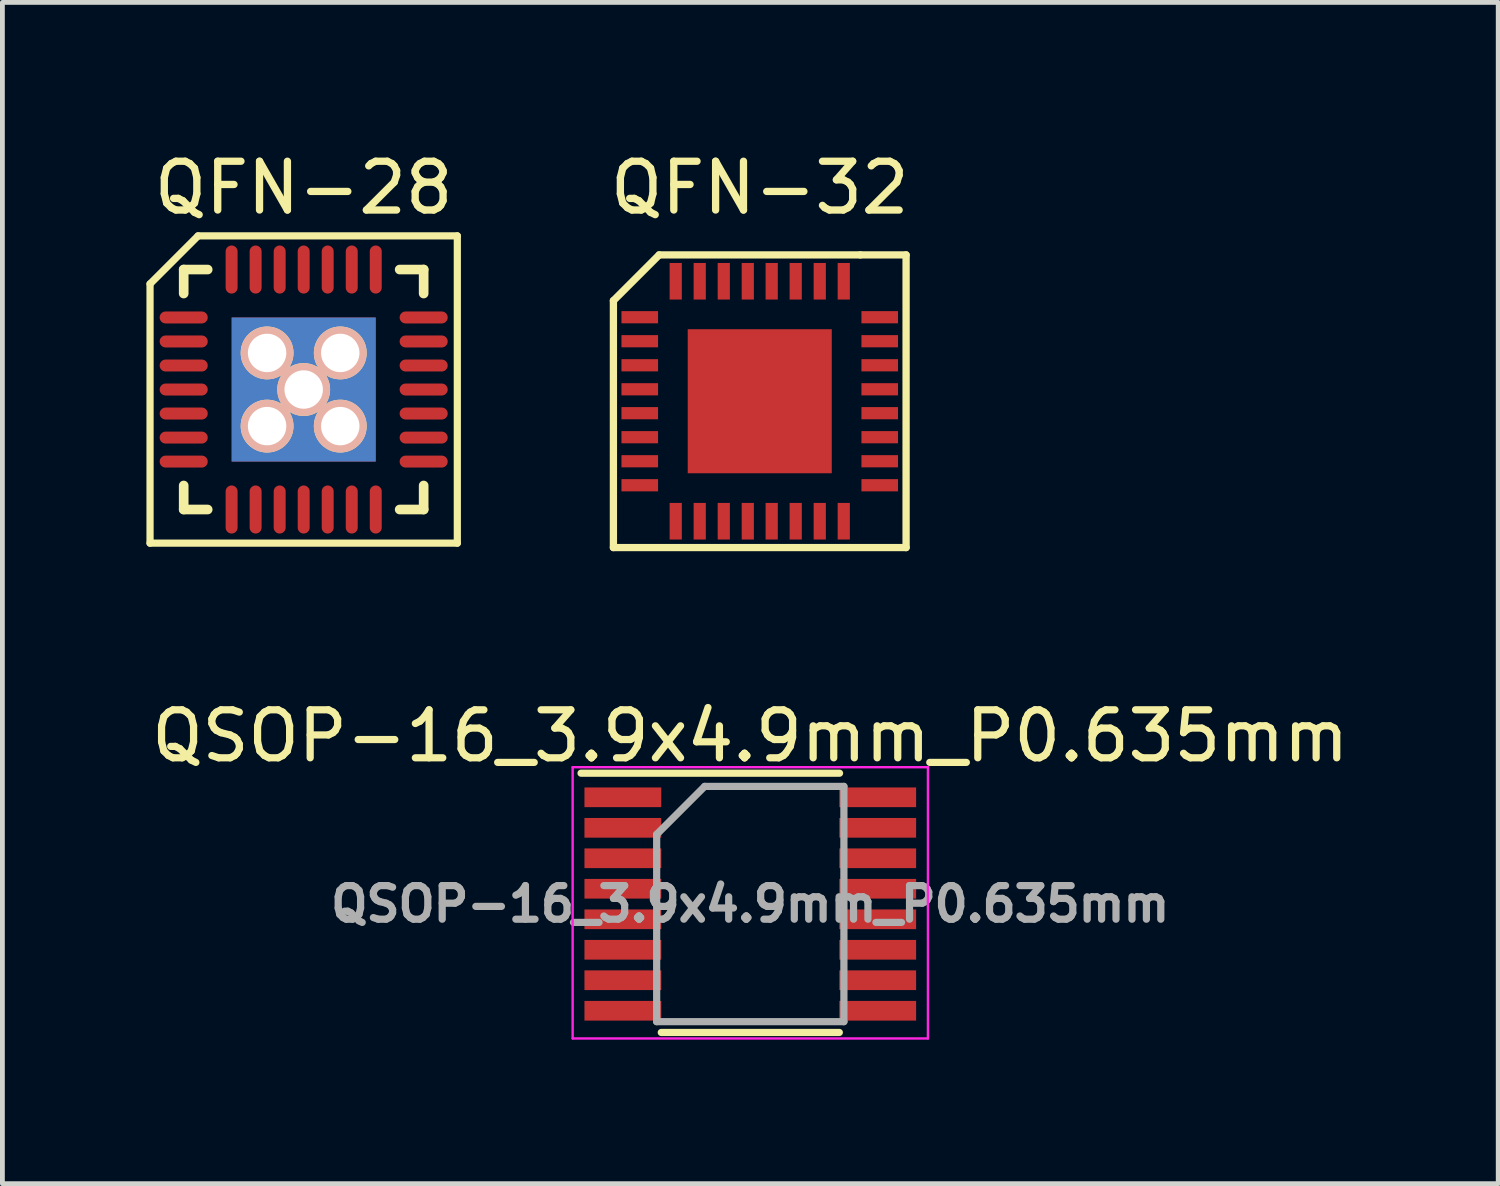
<source format=kicad_pcb>
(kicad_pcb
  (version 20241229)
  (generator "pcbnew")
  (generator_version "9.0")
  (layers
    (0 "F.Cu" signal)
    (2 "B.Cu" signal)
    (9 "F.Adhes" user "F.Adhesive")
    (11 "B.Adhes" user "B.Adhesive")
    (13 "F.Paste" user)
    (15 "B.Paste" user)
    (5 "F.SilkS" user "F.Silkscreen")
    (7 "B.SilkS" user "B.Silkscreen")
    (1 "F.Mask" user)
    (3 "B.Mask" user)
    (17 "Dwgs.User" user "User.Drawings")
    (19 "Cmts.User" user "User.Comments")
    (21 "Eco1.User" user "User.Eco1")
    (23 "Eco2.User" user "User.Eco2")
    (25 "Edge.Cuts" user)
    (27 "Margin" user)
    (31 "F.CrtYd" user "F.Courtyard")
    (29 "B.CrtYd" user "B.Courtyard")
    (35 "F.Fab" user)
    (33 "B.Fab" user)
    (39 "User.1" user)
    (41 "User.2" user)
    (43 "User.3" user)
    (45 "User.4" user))
  (footprint "QFN-28"
    (layer "F.Cu")
    (at 3.275 5.063)
    (property "Reference" "QFN-28" (at 0 -4.201 0) (layer "F.SilkS") (effects (font (size 1.016 1.016) (thickness 0.152))))
    (attr through_hole)
    (fp_line (start -3.2 -2.2) (end -3.2 3.2) (stroke (width 0.15) (type solid)) (layer "F.SilkS"))
    (fp_line (start -3.2 3.2) (end 3.2 3.2) (stroke (width 0.15) (type solid)) (layer "F.SilkS"))
    (fp_line (start -2.499 -2.499) (end -2.499 -1.999) (stroke (width 0.201) (type solid)) (layer "F.SilkS"))
    (fp_line (start -2.499 1.999) (end -2.499 2.499) (stroke (width 0.201) (type solid)) (layer "F.SilkS"))
    (fp_line (start -2.499 2.499) (end -1.999 2.499) (stroke (width 0.201) (type solid)) (layer "F.SilkS"))
    (fp_line (start -2.2 -3.2) (end -3.2 -2.2) (stroke (width 0.15) (type solid)) (layer "F.SilkS"))
    (fp_line (start -1.999 -2.499) (end -2.499 -2.499) (stroke (width 0.201) (type solid)) (layer "F.SilkS"))
    (fp_line (start 1.999 2.499) (end 2.499 2.499) (stroke (width 0.201) (type solid)) (layer "F.SilkS"))
    (fp_line (start 2.499 -2.499) (end 1.999 -2.499) (stroke (width 0.201) (type solid)) (layer "F.SilkS"))
    (fp_line (start 2.499 -1.999) (end 2.499 -2.499) (stroke (width 0.201) (type solid)) (layer "F.SilkS"))
    (fp_line (start 2.499 2.499) (end 2.499 1.999) (stroke (width 0.201) (type solid)) (layer "F.SilkS"))
    (fp_line (start 3.2 -3.2) (end -2.2 -3.2) (stroke (width 0.15) (type solid)) (layer "F.SilkS"))
    (fp_line (start 3.2 3.2) (end 3.2 -3.2) (stroke (width 0.15) (type solid)) (layer "F.SilkS"))
    (pad "" np_thru_hole circle (at -0.762 -0.762 270) (size 1.1 1.1) (drill 0.8) (layers "*.Cu" "*.SilkS" "*.Mask"))
    (pad "" np_thru_hole circle (at -0.762 0.762 270) (size 1.1 1.1) (drill 0.8) (layers "*.Cu" "*.SilkS" "*.Mask"))
    (pad "" np_thru_hole circle (at 0 0 270) (size 1.1 1.1) (drill 0.8) (layers "*.Cu" "*.SilkS" "*.Mask"))
    (pad "" smd rect (at 0 0 270) (size 3 3) (layers "*.Cu" "F.Mask" "F.Paste"))
    (pad "" np_thru_hole circle (at 0.762 -0.762 270) (size 1.1 1.1) (drill 0.8) (layers "*.Cu" "*.SilkS" "*.Mask"))
    (pad "" np_thru_hole circle (at 0.762 0.762 270) (size 1.1 1.1) (drill 0.8) (layers "*.Cu" "*.SilkS" "*.Mask"))
    (pad "1" smd oval (at -2.499 -1.501) (size 1.001 0.249) (layers "F.Cu" "F.Mask" "F.Paste"))
    (pad "2" smd oval (at -2.499 -1.001) (size 1.001 0.249) (layers "F.Cu" "F.Mask" "F.Paste"))
    (pad "3" smd oval (at -2.499 -0.5) (size 1.001 0.249) (layers "F.Cu" "F.Mask" "F.Paste"))
    (pad "4" smd oval (at -2.499 0) (size 1.001 0.249) (layers "F.Cu" "F.Mask" "F.Paste"))
    (pad "5" smd oval (at -2.499 0.5) (size 1.001 0.249) (layers "F.Cu" "F.Mask" "F.Paste"))
    (pad "6" smd oval (at -2.499 1.001) (size 1.001 0.249) (layers "F.Cu" "F.Mask" "F.Paste"))
    (pad "7" smd oval (at -2.499 1.501) (size 1.001 0.249) (layers "F.Cu" "F.Mask" "F.Paste"))
    (pad "8" smd oval (at -1.501 2.499 90) (size 1.001 0.249) (layers "F.Cu" "F.Mask" "F.Paste"))
    (pad "9" smd oval (at -1.001 2.499 90) (size 1.001 0.249) (layers "F.Cu" "F.Mask" "F.Paste"))
    (pad "10" smd oval (at -0.5 2.499 90) (size 1.001 0.249) (layers "F.Cu" "F.Mask" "F.Paste"))
    (pad "11" smd oval (at 0 2.499 90) (size 1.001 0.249) (layers "F.Cu" "F.Mask" "F.Paste"))
    (pad "12" smd oval (at 0.5 2.499 90) (size 1.001 0.249) (layers "F.Cu" "F.Mask" "F.Paste"))
    (pad "13" smd oval (at 1.001 2.499 90) (size 1.001 0.249) (layers "F.Cu" "F.Mask" "F.Paste"))
    (pad "14" smd oval (at 1.501 2.499 90) (size 1.001 0.249) (layers "F.Cu" "F.Mask" "F.Paste"))
    (pad "15" smd oval (at 2.499 1.501 180) (size 1.001 0.249) (layers "F.Cu" "F.Mask" "F.Paste"))
    (pad "16" smd oval (at 2.499 1.001 180) (size 1.001 0.249) (layers "F.Cu" "F.Mask" "F.Paste"))
    (pad "17" smd oval (at 2.499 0.5 180) (size 1.001 0.249) (layers "F.Cu" "F.Mask" "F.Paste"))
    (pad "18" smd oval (at 2.499 0 180) (size 1.001 0.249) (layers "F.Cu" "F.Mask" "F.Paste"))
    (pad "19" smd oval (at 2.499 -0.5 180) (size 1.001 0.249) (layers "F.Cu" "F.Mask" "F.Paste"))
    (pad "20" smd oval (at 2.499 -1.001 180) (size 1.001 0.249) (layers "F.Cu" "F.Mask" "F.Paste"))
    (pad "21" smd oval (at 2.499 -1.501 180) (size 1.001 0.249) (layers "F.Cu" "F.Mask" "F.Paste"))
    (pad "22" smd oval (at 1.501 -2.499 270) (size 1.001 0.249) (layers "F.Cu" "F.Mask" "F.Paste"))
    (pad "23" smd oval (at 1.001 -2.499 270) (size 1.001 0.249) (layers "F.Cu" "F.Mask" "F.Paste"))
    (pad "24" smd oval (at 0.5 -2.499 270) (size 1.001 0.249) (layers "F.Cu" "F.Mask" "F.Paste"))
    (pad "25" smd oval (at 0 -2.499 270) (size 1.001 0.249) (layers "F.Cu" "F.Mask" "F.Paste"))
    (pad "26" smd oval (at -0.5 -2.499 270) (size 1.001 0.249) (layers "F.Cu" "F.Mask" "F.Paste"))
    (pad "27" smd oval (at -1.001 -2.499 270) (size 1.001 0.249) (layers "F.Cu" "F.Mask" "F.Paste"))
    (pad "28" smd oval (at -1.501 -2.499 270) (size 1.001 0.249) (layers "F.Cu" "F.Mask" "F.Paste")))
  (footprint "QSOP-16_3.9x4.9mm_P0.635mm"
    (layer "F.Cu")
    (at 12.577 15.779)
    (property "Reference" "QSOP-16_3.9x4.9mm_P0.635mm" (at 0 -3.5 0) (layer "F.SilkS") (effects (font (size 1 1) (thickness 0.15))))
    (attr smd)
    (fp_line (start -3.525 -2.725) (end 1.859 -2.725) (stroke (width 0.15) (type solid)) (layer "F.SilkS"))
    (fp_line (start -1.854 2.675) (end 1.854 2.675) (stroke (width 0.15) (type solid)) (layer "F.SilkS"))
    (fp_line (start -3.7 -2.85) (end -3.7 2.8) (stroke (width 0.05) (type solid)) (layer "F.CrtYd"))
    (fp_line (start -3.7 -2.85) (end 3.7 -2.85) (stroke (width 0.05) (type solid)) (layer "F.CrtYd"))
    (fp_line (start -3.7 2.8) (end 3.7 2.8) (stroke (width 0.05) (type solid)) (layer "F.CrtYd"))
    (fp_line (start 3.7 -2.85) (end 3.7 2.8) (stroke (width 0.05) (type solid)) (layer "F.CrtYd"))
    (fp_line (start -1.95 -1.45) (end -0.95 -2.45) (stroke (width 0.15) (type solid)) (layer "F.Fab"))
    (fp_line (start -1.95 2.45) (end -1.95 -1.45) (stroke (width 0.15) (type solid)) (layer "F.Fab"))
    (fp_line (start -0.95 -2.45) (end 1.95 -2.45) (stroke (width 0.15) (type solid)) (layer "F.Fab"))
    (fp_line (start 1.95 -2.45) (end 1.95 2.45) (stroke (width 0.15) (type solid)) (layer "F.Fab"))
    (fp_line (start 1.95 2.45) (end -1.95 2.45) (stroke (width 0.15) (type solid)) (layer "F.Fab"))
    (fp_text user "${REFERENCE}" (at 0 0 0) (layer "F.Fab") (effects (font (size 0.7 0.7) (thickness 0.15))))
    (pad "1" smd rect (at -2.654 -2.223) (size 1.6 0.41) (layers "F.Cu" "F.Mask" "F.Paste"))
    (pad "2" smd rect (at -2.654 -1.587) (size 1.6 0.41) (layers "F.Cu" "F.Mask" "F.Paste"))
    (pad "3" smd rect (at -2.654 -0.953) (size 1.6 0.41) (layers "F.Cu" "F.Mask" "F.Paste"))
    (pad "4" smd rect (at -2.654 -0.318) (size 1.6 0.41) (layers "F.Cu" "F.Mask" "F.Paste"))
    (pad "5" smd rect (at -2.654 0.318) (size 1.6 0.41) (layers "F.Cu" "F.Mask" "F.Paste"))
    (pad "6" smd rect (at -2.654 0.953) (size 1.6 0.41) (layers "F.Cu" "F.Mask" "F.Paste"))
    (pad "7" smd rect (at -2.654 1.587) (size 1.6 0.41) (layers "F.Cu" "F.Mask" "F.Paste"))
    (pad "8" smd rect (at -2.654 2.223) (size 1.6 0.41) (layers "F.Cu" "F.Mask" "F.Paste"))
    (pad "9" smd rect (at 2.654 2.223) (size 1.6 0.41) (layers "F.Cu" "F.Mask" "F.Paste"))
    (pad "10" smd rect (at 2.654 1.587) (size 1.6 0.41) (layers "F.Cu" "F.Mask" "F.Paste"))
    (pad "11" smd rect (at 2.654 0.953) (size 1.6 0.41) (layers "F.Cu" "F.Mask" "F.Paste"))
    (pad "12" smd rect (at 2.654 0.318) (size 1.6 0.41) (layers "F.Cu" "F.Mask" "F.Paste"))
    (pad "13" smd rect (at 2.654 -0.318) (size 1.6 0.41) (layers "F.Cu" "F.Mask" "F.Paste"))
    (pad "14" smd rect (at 2.654 -0.953) (size 1.6 0.41) (layers "F.Cu" "F.Mask" "F.Paste"))
    (pad "15" smd rect (at 2.654 -1.587) (size 1.6 0.41) (layers "F.Cu" "F.Mask" "F.Paste"))
    (pad "16" smd rect (at 2.654 -2.223) (size 1.6 0.41) (layers "F.Cu" "F.Mask" "F.Paste")))
  (footprint "QFN-32"
    (layer "F.Cu")
    (at 12.774 5.307)
    (property "Reference" "QFN-32" (at 0 -4.445 0) (layer "F.SilkS") (effects (font (size 1.016 1.016) (thickness 0.152))))
    (attr smd)
    (fp_line (start -3.048 -2.095) (end -2.095 -3.048) (stroke (width 0.152) (type solid)) (layer "F.SilkS"))
    (fp_line (start -3.048 3.048) (end -3.048 -2.095) (stroke (width 0.152) (type solid)) (layer "F.SilkS"))
    (fp_line (start -2.095 -3.048) (end 2.095 -3.048) (stroke (width 0.152) (type solid)) (layer "F.SilkS"))
    (fp_line (start 2.095 -3.048) (end 3.048 -3.048) (stroke (width 0.152) (type solid)) (layer "F.SilkS"))
    (fp_line (start 3.048 -3.048) (end 3.048 3.048) (stroke (width 0.152) (type solid)) (layer "F.SilkS"))
    (fp_line (start 3.048 3.048) (end -3.048 3.048) (stroke (width 0.152) (type solid)) (layer "F.SilkS"))
    (pad "1" smd rect (at -2.499 -1.75 90) (size 0.254 0.762) (layers "F.Cu" "F.Mask" "F.Paste"))
    (pad "2" smd rect (at -2.499 -1.25 90) (size 0.254 0.762) (layers "F.Cu" "F.Mask" "F.Paste"))
    (pad "3" smd rect (at -2.499 -0.749 90) (size 0.254 0.762) (layers "F.Cu" "F.Mask" "F.Paste"))
    (pad "4" smd rect (at -2.499 -0.249 90) (size 0.254 0.762) (layers "F.Cu" "F.Mask" "F.Paste"))
    (pad "5" smd rect (at -2.499 0.249 90) (size 0.254 0.762) (layers "F.Cu" "F.Mask" "F.Paste"))
    (pad "6" smd rect (at -2.499 0.749 90) (size 0.254 0.762) (layers "F.Cu" "F.Mask" "F.Paste"))
    (pad "7" smd rect (at -2.499 1.25 90) (size 0.254 0.762) (layers "F.Cu" "F.Mask" "F.Paste"))
    (pad "8" smd rect (at -2.499 1.75 90) (size 0.254 0.762) (layers "F.Cu" "F.Mask" "F.Paste"))
    (pad "9" smd rect (at -1.75 2.499) (size 0.254 0.762) (layers "F.Cu" "F.Mask" "F.Paste"))
    (pad "10" smd rect (at -1.25 2.499) (size 0.254 0.762) (layers "F.Cu" "F.Mask" "F.Paste"))
    (pad "11" smd rect (at -0.749 2.499) (size 0.254 0.762) (layers "F.Cu" "F.Mask" "F.Paste"))
    (pad "12" smd rect (at -0.249 2.499) (size 0.254 0.762) (layers "F.Cu" "F.Mask" "F.Paste"))
    (pad "13" smd rect (at 0.249 2.499) (size 0.254 0.762) (layers "F.Cu" "F.Mask" "F.Paste"))
    (pad "14" smd rect (at 0.749 2.499) (size 0.254 0.762) (layers "F.Cu" "F.Mask" "F.Paste"))
    (pad "15" smd rect (at 1.25 2.499) (size 0.254 0.762) (layers "F.Cu" "F.Mask" "F.Paste"))
    (pad "16" smd rect (at 1.75 2.499) (size 0.254 0.762) (layers "F.Cu" "F.Mask" "F.Paste"))
    (pad "17" smd rect (at 2.499 1.75 90) (size 0.254 0.762) (layers "F.Cu" "F.Mask" "F.Paste"))
    (pad "18" smd rect (at 2.499 1.25 90) (size 0.254 0.762) (layers "F.Cu" "F.Mask" "F.Paste"))
    (pad "19" smd rect (at 2.499 0.749 90) (size 0.254 0.762) (layers "F.Cu" "F.Mask" "F.Paste"))
    (pad "20" smd rect (at 2.499 0.249 90) (size 0.254 0.762) (layers "F.Cu" "F.Mask" "F.Paste"))
    (pad "21" smd rect (at 2.499 -0.249 90) (size 0.254 0.762) (layers "F.Cu" "F.Mask" "F.Paste"))
    (pad "22" smd rect (at 2.499 -0.749 90) (size 0.254 0.762) (layers "F.Cu" "F.Mask" "F.Paste"))
    (pad "23" smd rect (at 2.499 -1.25 90) (size 0.254 0.762) (layers "F.Cu" "F.Mask" "F.Paste"))
    (pad "24" smd rect (at 2.499 -1.75 90) (size 0.254 0.762) (layers "F.Cu" "F.Mask" "F.Paste"))
    (pad "25" smd rect (at 1.75 -2.499) (size 0.254 0.762) (layers "F.Cu" "F.Mask" "F.Paste"))
    (pad "26" smd rect (at 1.25 -2.499) (size 0.254 0.762) (layers "F.Cu" "F.Mask" "F.Paste"))
    (pad "27" smd rect (at 0.749 -2.499) (size 0.254 0.762) (layers "F.Cu" "F.Mask" "F.Paste"))
    (pad "28" smd rect (at 0.249 -2.499) (size 0.254 0.762) (layers "F.Cu" "F.Mask" "F.Paste"))
    (pad "29" smd rect (at -0.249 -2.499) (size 0.254 0.762) (layers "F.Cu" "F.Mask" "F.Paste"))
    (pad "30" smd rect (at -0.749 -2.499) (size 0.254 0.762) (layers "F.Cu" "F.Mask" "F.Paste"))
    (pad "31" smd rect (at -1.25 -2.499) (size 0.254 0.762) (layers "F.Cu" "F.Mask" "F.Paste"))
    (pad "32" smd rect (at -1.75 -2.499) (size 0.254 0.762) (layers "F.Cu" "F.Mask" "F.Paste"))
    (pad "33" smd rect (at 0 0) (size 3 3) (layers "F.Cu" "F.Mask" "F.Paste")))
  (gr_rect
    (start -3 -3)
    (end 28.155 21.604)
    (stroke (width 0.1) (type default))
    (fill no)
    (layer "Edge.Cuts")))
</source>
